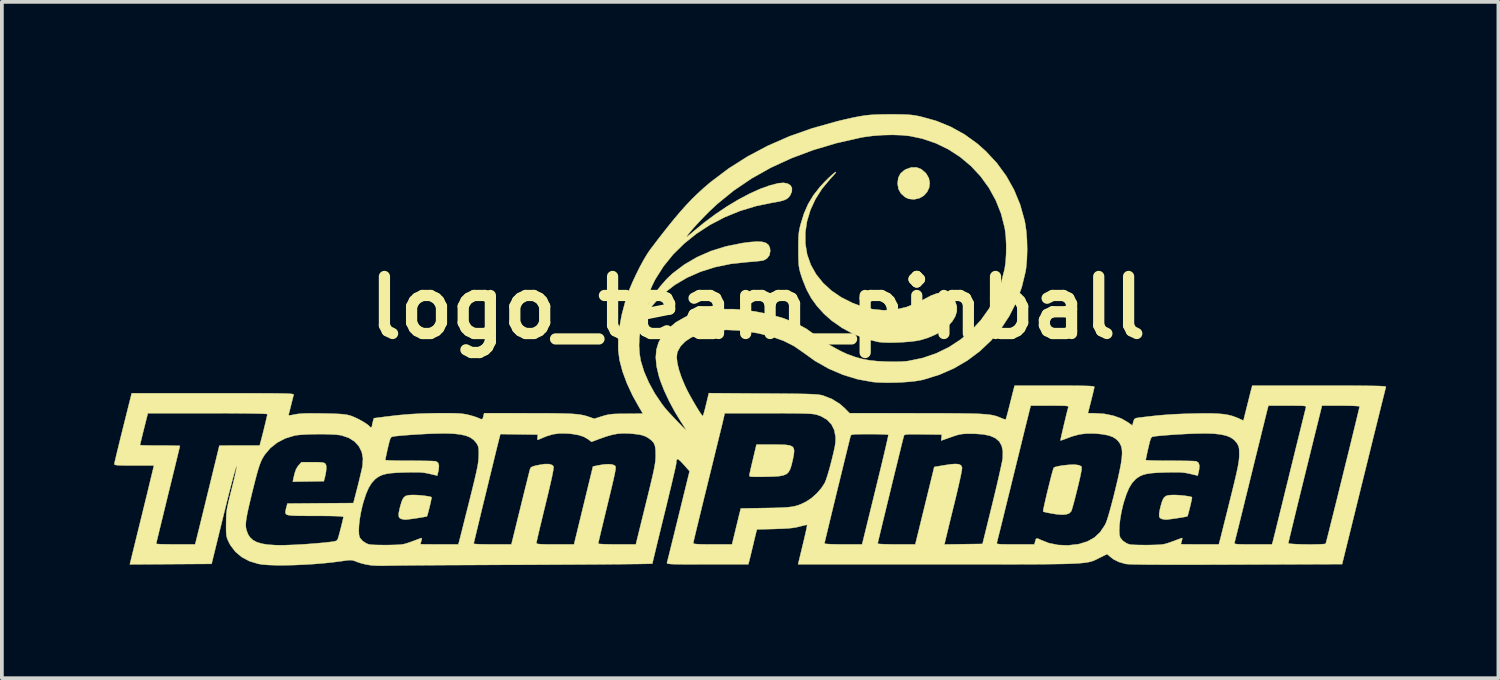
<source format=kicad_pcb>
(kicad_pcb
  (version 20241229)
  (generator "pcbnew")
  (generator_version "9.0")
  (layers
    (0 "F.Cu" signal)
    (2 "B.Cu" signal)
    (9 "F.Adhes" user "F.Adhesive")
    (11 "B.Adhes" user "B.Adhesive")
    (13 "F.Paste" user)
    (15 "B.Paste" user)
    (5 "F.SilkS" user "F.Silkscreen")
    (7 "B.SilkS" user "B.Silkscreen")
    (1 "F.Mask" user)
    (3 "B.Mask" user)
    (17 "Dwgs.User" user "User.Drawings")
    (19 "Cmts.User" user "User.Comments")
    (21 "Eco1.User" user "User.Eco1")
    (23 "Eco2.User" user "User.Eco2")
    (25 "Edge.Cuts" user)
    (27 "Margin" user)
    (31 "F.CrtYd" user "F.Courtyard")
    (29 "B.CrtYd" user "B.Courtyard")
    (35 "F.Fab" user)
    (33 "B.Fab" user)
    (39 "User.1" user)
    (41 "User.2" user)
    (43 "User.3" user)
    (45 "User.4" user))
  (footprint "logo_team_pinball"
    (layer "F.Cu")
    (at 17.201 5.172)
    (property "Reference" "logo_team_pinball" (at 0 0 0) (layer "F.SilkS") (effects (font (size 1.524 1.524) (thickness 0.3))))
    (attr exclude_from_pos_files exclude_from_bom)
    (fp_poly (pts (xy -11.748 4.129) (xy -11.65 4.134) (xy -11.587 4.148) (xy -11.552 4.174) (xy -11.536 4.216) (xy -11.533 4.276) (xy -11.532 4.293) (xy -11.539 4.372) (xy -11.556 4.468) (xy -11.565 4.508) (xy -11.598 4.636) (xy -12.427 4.649) (xy -12.411 4.568) (xy -12.378 4.427) (xy -12.343 4.324) (xy -12.299 4.247) (xy -12.269 4.209) (xy -12.196 4.128) (xy -11.888 4.128) (xy -11.748 4.129)) (stroke (width 0.01) (type solid)) (fill yes) (layer "F.SilkS"))
    (fp_poly (pts (xy 4.243 -3.749) (xy 4.371 -3.698) (xy 4.485 -3.599) (xy 4.5 -3.581) (xy 4.569 -3.46) (xy 4.592 -3.333) (xy 4.576 -3.208) (xy 4.523 -3.094) (xy 4.439 -2.999) (xy 4.326 -2.93) (xy 4.191 -2.897) (xy 4.148 -2.896) (xy 4.029 -2.909) (xy 3.935 -2.953) (xy 3.824 -3.051) (xy 3.758 -3.168) (xy 3.734 -3.31) (xy 3.734 -3.327) (xy 3.752 -3.471) (xy 3.81 -3.585) (xy 3.911 -3.673) (xy 3.962 -3.702) (xy 4.105 -3.75) (xy 4.243 -3.749)) (stroke (width 0.01) (type solid)) (fill yes) (layer "F.SilkS"))
    (fp_poly (pts (xy 0.599 3.659) (xy 0.745 3.665) (xy 0.85 3.68) (xy 0.919 3.709) (xy 0.957 3.756) (xy 0.969 3.825) (xy 0.96 3.92) (xy 0.936 4.045) (xy 0.924 4.097) (xy 0.893 4.224) (xy 0.86 4.322) (xy 0.819 4.395) (xy 0.762 4.446) (xy 0.682 4.479) (xy 0.574 4.5) (xy 0.429 4.511) (xy 0.241 4.516) (xy 0.21 4.517) (xy 0.046 4.519) (xy -0.074 4.519) (xy -0.155 4.516) (xy -0.203 4.51) (xy -0.225 4.5) (xy -0.229 4.492) (xy -0.223 4.456) (xy -0.208 4.381) (xy -0.184 4.274) (xy -0.154 4.146) (xy -0.133 4.058) (xy -0.038 3.658) (xy 0.407 3.658) (xy 0.599 3.659)) (stroke (width 0.01) (type solid)) (fill yes) (layer "F.SilkS"))
    (fp_poly (pts (xy -9.112 5.007) (xy -9.002 5.015) (xy -8.895 5.027) (xy -8.803 5.041) (xy -8.74 5.055) (xy -8.72 5.064) (xy -8.722 5.09) (xy -8.734 5.153) (xy -8.753 5.239) (xy -8.776 5.336) (xy -8.8 5.43) (xy -8.821 5.51) (xy -8.837 5.561) (xy -8.843 5.574) (xy -8.873 5.582) (xy -8.94 5.595) (xy -9.033 5.611) (xy -9.138 5.627) (xy -9.243 5.642) (xy -9.335 5.654) (xy -9.402 5.662) (xy -9.425 5.663) (xy -9.5 5.651) (xy -9.544 5.638) (xy -9.581 5.612) (xy -9.598 5.567) (xy -9.597 5.494) (xy -9.576 5.387) (xy -9.549 5.283) (xy -9.511 5.16) (xy -9.47 5.08) (xy -9.415 5.032) (xy -9.336 5.01) (xy -9.223 5.004) (xy -9.211 5.004) (xy -9.112 5.007)) (stroke (width 0.01) (type solid)) (fill yes) (layer "F.SilkS"))
    (fp_poly (pts (xy 11.208 5.007) (xy 11.318 5.015) (xy 11.425 5.027) (xy 11.517 5.041) (xy 11.58 5.055) (xy 11.6 5.064) (xy 11.598 5.09) (xy 11.586 5.153) (xy 11.567 5.239) (xy 11.544 5.336) (xy 11.52 5.43) (xy 11.499 5.51) (xy 11.483 5.561) (xy 11.477 5.574) (xy 11.447 5.582) (xy 11.38 5.595) (xy 11.287 5.611) (xy 11.182 5.627) (xy 11.077 5.642) (xy 10.985 5.654) (xy 10.918 5.662) (xy 10.895 5.663) (xy 10.82 5.651) (xy 10.776 5.638) (xy 10.74 5.613) (xy 10.723 5.57) (xy 10.723 5.501) (xy 10.741 5.398) (xy 10.769 5.283) (xy 10.806 5.16) (xy 10.847 5.08) (xy 10.902 5.032) (xy 10.983 5.01) (xy 11.099 5.004) (xy 11.109 5.004) (xy 11.208 5.007)) (stroke (width 0.01) (type solid)) (fill yes) (layer "F.SilkS"))
    (fp_poly (pts (xy 8.481 4.195) (xy 8.581 4.209) (xy 8.637 4.237) (xy 8.645 4.246) (xy 8.651 4.274) (xy 8.648 4.328) (xy 8.634 4.411) (xy 8.61 4.53) (xy 8.573 4.689) (xy 8.536 4.843) (xy 8.495 5.006) (xy 8.457 5.154) (xy 8.423 5.279) (xy 8.396 5.374) (xy 8.377 5.43) (xy 8.372 5.441) (xy 8.321 5.493) (xy 8.242 5.522) (xy 8.13 5.531) (xy 7.98 5.519) (xy 7.837 5.496) (xy 7.742 5.478) (xy 7.667 5.461) (xy 7.626 5.449) (xy 7.623 5.447) (xy 7.624 5.419) (xy 7.637 5.351) (xy 7.658 5.251) (xy 7.687 5.126) (xy 7.719 4.986) (xy 7.755 4.839) (xy 7.791 4.693) (xy 7.825 4.557) (xy 7.856 4.439) (xy 7.882 4.347) (xy 7.9 4.29) (xy 7.906 4.276) (xy 7.942 4.257) (xy 8.017 4.238) (xy 8.117 4.22) (xy 8.231 4.206) (xy 8.345 4.196) (xy 8.446 4.194) (xy 8.481 4.195)) (stroke (width 0.01) (type solid)) (fill yes) (layer "F.SilkS"))
    (fp_poly (pts (xy 2.086 -3.622) (xy 2.063 -3.586) (xy 2.006 -3.52) (xy 1.931 -3.439) (xy 1.714 -3.179) (xy 1.538 -2.902) (xy 1.404 -2.612) (xy 1.314 -2.315) (xy 1.268 -2.013) (xy 1.269 -1.714) (xy 1.317 -1.422) (xy 1.319 -1.415) (xy 1.415 -1.144) (xy 1.556 -0.893) (xy 1.74 -0.663) (xy 1.963 -0.458) (xy 2.225 -0.279) (xy 2.521 -0.129) (xy 2.745 -0.044) (xy 3.058 0.038) (xy 3.364 0.07) (xy 3.665 0.053) (xy 3.964 -0.015) (xy 4.263 -0.132) (xy 4.446 -0.228) (xy 4.627 -0.323) (xy 4.78 -0.381) (xy 4.909 -0.403) (xy 5.02 -0.388) (xy 5.119 -0.338) (xy 5.184 -0.283) (xy 5.274 -0.163) (xy 5.317 -0.035) (xy 5.316 0.098) (xy 5.274 0.233) (xy 5.193 0.367) (xy 5.076 0.494) (xy 4.927 0.612) (xy 4.747 0.717) (xy 4.539 0.806) (xy 4.343 0.865) (xy 4.22 0.888) (xy 4.062 0.907) (xy 3.883 0.921) (xy 3.697 0.93) (xy 3.518 0.933) (xy 3.358 0.929) (xy 3.232 0.917) (xy 3.21 0.914) (xy 2.882 0.831) (xy 2.559 0.705) (xy 2.251 0.54) (xy 1.969 0.343) (xy 1.767 0.163) (xy 1.578 -0.045) (xy 1.425 -0.258) (xy 1.299 -0.491) (xy 1.193 -0.755) (xy 1.15 -0.885) (xy 1.125 -0.97) (xy 1.107 -1.046) (xy 1.095 -1.122) (xy 1.088 -1.211) (xy 1.084 -1.324) (xy 1.082 -1.471) (xy 1.082 -1.549) (xy 1.082 -1.721) (xy 1.085 -1.854) (xy 1.091 -1.959) (xy 1.102 -2.049) (xy 1.119 -2.134) (xy 1.14 -2.219) (xy 1.231 -2.513) (xy 1.343 -2.771) (xy 1.485 -3.006) (xy 1.663 -3.232) (xy 1.794 -3.372) (xy 1.899 -3.475) (xy 1.983 -3.552) (xy 2.044 -3.604) (xy 2.079 -3.627) (xy 2.086 -3.622)) (stroke (width 0.01) (type solid)) (fill yes) (layer "F.SilkS"))
    (fp_poly (pts (xy 3.543 -5.167) (xy 3.735 -5.166) (xy 3.886 -5.163) (xy 4.008 -5.158) (xy 4.111 -5.149) (xy 4.205 -5.136) (xy 4.302 -5.118) (xy 4.342 -5.109) (xy 4.76 -4.994) (xy 5.153 -4.834) (xy 5.521 -4.63) (xy 5.865 -4.382) (xy 6.093 -4.179) (xy 6.388 -3.861) (xy 6.639 -3.517) (xy 6.845 -3.149) (xy 7.007 -2.757) (xy 7.123 -2.344) (xy 7.139 -2.268) (xy 7.171 -2.051) (xy 7.19 -1.805) (xy 7.196 -1.546) (xy 7.188 -1.292) (xy 7.167 -1.062) (xy 7.152 -0.967) (xy 7.051 -0.548) (xy 6.906 -0.151) (xy 6.719 0.221) (xy 6.493 0.565) (xy 6.229 0.88) (xy 5.93 1.162) (xy 5.599 1.41) (xy 5.239 1.62) (xy 4.851 1.79) (xy 4.438 1.918) (xy 4.372 1.934) (xy 4.228 1.959) (xy 4.046 1.979) (xy 3.842 1.994) (xy 3.627 2.002) (xy 3.415 2.003) (xy 3.221 1.997) (xy 3.07 1.985) (xy 2.67 1.913) (xy 2.276 1.793) (xy 1.893 1.629) (xy 1.529 1.423) (xy 1.21 1.194) (xy 0.967 1.026) (xy 0.688 0.885) (xy 0.37 0.772) (xy 0.013 0.684) (xy -0.386 0.622) (xy -0.544 0.606) (xy -0.834 0.593) (xy -1.106 0.606) (xy -1.357 0.646) (xy -1.582 0.709) (xy -1.778 0.794) (xy -1.939 0.899) (xy -2.062 1.024) (xy -2.142 1.166) (xy -2.157 1.211) (xy -2.169 1.326) (xy -2.153 1.476) (xy -2.111 1.653) (xy -2.046 1.851) (xy -1.957 2.064) (xy -1.894 2.198) (xy -1.837 2.307) (xy -1.771 2.426) (xy -1.701 2.547) (xy -1.633 2.662) (xy -1.571 2.762) (xy -1.52 2.839) (xy -1.484 2.886) (xy -1.472 2.896) (xy -1.461 2.872) (xy -1.441 2.809) (xy -1.415 2.715) (xy -1.387 2.6) (xy -1.384 2.589) (xy -1.31 2.283) (xy 0.139 2.293) (xy 0.451 2.295) (xy 0.717 2.297) (xy 0.941 2.299) (xy 1.127 2.302) (xy 1.279 2.305) (xy 1.401 2.309) (xy 1.499 2.314) (xy 1.575 2.319) (xy 1.635 2.326) (xy 1.683 2.333) (xy 1.722 2.342) (xy 1.74 2.347) (xy 1.981 2.441) (xy 2.191 2.572) (xy 2.317 2.683) (xy 2.451 2.819) (xy 4.216 2.82) (xy 4.584 2.821) (xy 4.905 2.821) (xy 5.183 2.823) (xy 5.421 2.825) (xy 5.624 2.828) (xy 5.795 2.832) (xy 5.938 2.838) (xy 6.057 2.846) (xy 6.155 2.855) (xy 6.237 2.866) (xy 6.305 2.88) (xy 6.365 2.896) (xy 6.42 2.915) (xy 6.473 2.936) (xy 6.49 2.944) (xy 6.56 2.972) (xy 6.61 2.987) (xy 6.623 2.987) (xy 6.633 2.959) (xy 6.652 2.892) (xy 6.679 2.793) (xy 6.71 2.672) (xy 6.722 2.624) (xy 6.756 2.489) (xy 6.788 2.363) (xy 6.814 2.259) (xy 6.832 2.189) (xy 6.835 2.178) (xy 6.86 2.083) (xy 7.926 2.083) (xy 8.197 2.083) (xy 8.422 2.084) (xy 8.603 2.086) (xy 8.745 2.089) (xy 8.85 2.092) (xy 8.924 2.097) (xy 8.969 2.103) (xy 8.989 2.111) (xy 8.991 2.115) (xy 8.985 2.15) (xy 8.968 2.224) (xy 8.944 2.328) (xy 8.913 2.45) (xy 8.905 2.483) (xy 8.819 2.819) (xy 8.988 2.82) (xy 9.253 2.836) (xy 9.497 2.885) (xy 9.713 2.962) (xy 9.881 3.059) (xy 10.006 3.148) (xy 10.032 3.051) (xy 10.05 2.996) (xy 10.073 2.965) (xy 10.118 2.948) (xy 10.197 2.936) (xy 10.204 2.935) (xy 10.474 2.903) (xy 10.709 2.878) (xy 10.928 2.86) (xy 11.147 2.846) (xy 11.382 2.836) (xy 11.633 2.829) (xy 11.891 2.824) (xy 12.106 2.824) (xy 12.284 2.831) (xy 12.434 2.844) (xy 12.561 2.864) (xy 12.673 2.892) (xy 12.777 2.929) (xy 12.839 2.955) (xy 12.974 3.017) (xy 13.067 2.645) (xy 13.102 2.506) (xy 13.134 2.377) (xy 13.161 2.27) (xy 13.18 2.195) (xy 13.185 2.178) (xy 13.21 2.083) (xy 15.002 2.083) (xy 15.36 2.083) (xy 15.669 2.083) (xy 15.934 2.084) (xy 16.156 2.086) (xy 16.339 2.088) (xy 16.487 2.09) (xy 16.601 2.093) (xy 16.684 2.097) (xy 16.741 2.102) (xy 16.773 2.107) (xy 16.783 2.113) (xy 16.783 2.115) (xy 16.775 2.143) (xy 16.756 2.218) (xy 16.727 2.335) (xy 16.688 2.491) (xy 16.64 2.683) (xy 16.585 2.906) (xy 16.522 3.159) (xy 16.453 3.436) (xy 16.379 3.736) (xy 16.301 4.054) (xy 16.219 4.386) (xy 16.191 4.499) (xy 15.611 6.852) (xy 12.778 6.863) (xy 12.299 6.865) (xy 11.869 6.866) (xy 11.486 6.866) (xy 11.148 6.867) (xy 10.853 6.866) (xy 10.599 6.865) (xy 10.384 6.864) (xy 10.207 6.861) (xy 10.064 6.859) (xy 9.955 6.855) (xy 9.878 6.851) (xy 9.829 6.847) (xy 9.817 6.844) (xy 9.646 6.794) (xy 9.51 6.727) (xy 9.421 6.66) (xy 9.333 6.583) (xy 9.13 6.683) (xy 9.084 6.706) (xy 9.042 6.727) (xy 9.002 6.746) (xy 8.961 6.763) (xy 8.916 6.778) (xy 8.865 6.792) (xy 8.806 6.804) (xy 8.736 6.814) (xy 8.652 6.823) (xy 8.552 6.831) (xy 8.433 6.837) (xy 8.294 6.843) (xy 8.13 6.847) (xy 7.94 6.85) (xy 7.722 6.853) (xy 7.472 6.855) (xy 7.188 6.856) (xy 6.868 6.857) (xy 6.509 6.858) (xy 6.109 6.858) (xy 5.665 6.858) (xy 5.174 6.858) (xy 4.802 6.858) (xy 1.074 6.858) (xy 1.2 6.336) (xy 1.208 6.303) (xy 1.778 6.303) (xy 1.802 6.309) (xy 1.869 6.315) (xy 1.972 6.32) (xy 2.103 6.323) (xy 2.254 6.325) (xy 2.281 6.325) (xy 2.784 6.325) (xy 2.79 6.303) (xy 3.2 6.303) (xy 3.225 6.31) (xy 3.292 6.316) (xy 3.395 6.32) (xy 3.525 6.323) (xy 3.676 6.325) (xy 3.703 6.325) (xy 4.206 6.325) (xy 4.46 5.29) (xy 4.713 4.255) (xy 4.992 4.208) (xy 5.159 4.183) (xy 5.283 4.175) (xy 5.37 4.183) (xy 5.424 4.209) (xy 5.451 4.254) (xy 5.456 4.28) (xy 5.452 4.323) (xy 5.437 4.409) (xy 5.412 4.531) (xy 5.379 4.68) (xy 5.34 4.852) (xy 5.296 5.039) (xy 5.283 5.093) (xy 5.234 5.293) (xy 5.185 5.491) (xy 5.14 5.676) (xy 5.1 5.841) (xy 5.068 5.975) (xy 5.045 6.07) (xy 5.043 6.077) (xy 4.984 6.326) (xy 5.493 6.319) (xy 6.003 6.312) (xy 6.007 6.295) (xy 6.384 6.295) (xy 6.394 6.307) (xy 6.423 6.314) (xy 6.476 6.32) (xy 6.559 6.323) (xy 6.68 6.324) (xy 6.844 6.325) (xy 6.881 6.325) (xy 7.39 6.325) (xy 7.407 6.255) (xy 7.426 6.19) (xy 7.449 6.165) (xy 7.492 6.173) (xy 7.552 6.202) (xy 7.774 6.29) (xy 8.021 6.34) (xy 8.282 6.351) (xy 8.548 6.321) (xy 8.589 6.313) (xy 8.809 6.245) (xy 8.995 6.14) (xy 9.148 5.996) (xy 9.175 5.955) (xy 9.656 5.955) (xy 9.662 6.069) (xy 9.682 6.143) (xy 9.682 6.144) (xy 9.755 6.231) (xy 9.859 6.299) (xy 9.935 6.326) (xy 9.989 6.333) (xy 10.084 6.338) (xy 10.207 6.341) (xy 10.348 6.342) (xy 10.427 6.342) (xy 10.583 6.339) (xy 10.699 6.335) (xy 10.789 6.328) (xy 10.863 6.316) (xy 10.933 6.297) (xy 11.011 6.271) (xy 11.049 6.258) (xy 11.151 6.22) (xy 11.237 6.188) (xy 11.296 6.166) (xy 11.308 6.161) (xy 11.336 6.154) (xy 11.34 6.175) (xy 11.327 6.227) (xy 11.311 6.285) (xy 11.303 6.317) (xy 11.303 6.318) (xy 11.327 6.32) (xy 11.394 6.322) (xy 11.497 6.323) (xy 11.628 6.324) (xy 11.779 6.325) (xy 11.81 6.325) (xy 12.317 6.325) (xy 12.325 6.295) (xy 12.734 6.295) (xy 12.745 6.307) (xy 12.773 6.314) (xy 12.826 6.32) (xy 12.909 6.323) (xy 13.03 6.324) (xy 13.194 6.325) (xy 13.231 6.325) (xy 13.739 6.325) (xy 13.747 6.295) (xy 14.173 6.295) (xy 14.197 6.304) (xy 14.262 6.311) (xy 14.36 6.317) (xy 14.48 6.322) (xy 14.613 6.325) (xy 14.751 6.326) (xy 14.883 6.325) (xy 15.001 6.322) (xy 15.095 6.318) (xy 15.156 6.311) (xy 15.174 6.304) (xy 15.181 6.277) (xy 15.2 6.205) (xy 15.229 6.093) (xy 15.266 5.946) (xy 15.31 5.769) (xy 15.361 5.566) (xy 15.417 5.342) (xy 15.477 5.101) (xy 15.539 4.849) (xy 15.603 4.59) (xy 15.667 4.329) (xy 15.731 4.07) (xy 15.793 3.819) (xy 15.852 3.58) (xy 15.906 3.357) (xy 15.955 3.156) (xy 15.997 2.982) (xy 16.032 2.838) (xy 16.058 2.729) (xy 16.074 2.661) (xy 16.078 2.638) (xy 16.054 2.632) (xy 15.987 2.626) (xy 15.884 2.621) (xy 15.753 2.618) (xy 15.602 2.616) (xy 15.575 2.616) (xy 15.073 2.616) (xy 14.623 4.44) (xy 14.55 4.736) (xy 14.481 5.018) (xy 14.416 5.282) (xy 14.357 5.524) (xy 14.305 5.74) (xy 14.26 5.926) (xy 14.223 6.079) (xy 14.196 6.194) (xy 14.179 6.267) (xy 14.173 6.295) (xy 13.747 6.295) (xy 13.765 6.229) (xy 13.775 6.189) (xy 13.796 6.104) (xy 13.828 5.978) (xy 13.868 5.815) (xy 13.916 5.62) (xy 13.971 5.397) (xy 14.032 5.15) (xy 14.097 4.883) (xy 14.167 4.602) (xy 14.211 4.42) (xy 14.282 4.132) (xy 14.349 3.859) (xy 14.412 3.603) (xy 14.47 3.37) (xy 14.521 3.162) (xy 14.565 2.985) (xy 14.6 2.842) (xy 14.626 2.738) (xy 14.642 2.676) (xy 14.646 2.661) (xy 14.647 2.646) (xy 14.637 2.634) (xy 14.608 2.626) (xy 14.555 2.621) (xy 14.472 2.618) (xy 14.351 2.617) (xy 14.187 2.616) (xy 14.15 2.616) (xy 13.642 2.616) (xy 13.617 2.711) (xy 13.606 2.752) (xy 13.585 2.837) (xy 13.554 2.963) (xy 13.514 3.126) (xy 13.465 3.321) (xy 13.411 3.544) (xy 13.35 3.791) (xy 13.284 4.057) (xy 13.215 4.339) (xy 13.17 4.521) (xy 13.1 4.809) (xy 13.032 5.082) (xy 12.97 5.338) (xy 12.912 5.571) (xy 12.861 5.779) (xy 12.817 5.956) (xy 12.781 6.098) (xy 12.755 6.203) (xy 12.74 6.265) (xy 12.736 6.28) (xy 12.734 6.295) (xy 12.325 6.295) (xy 12.343 6.227) (xy 12.355 6.182) (xy 12.378 6.093) (xy 12.409 5.966) (xy 12.449 5.808) (xy 12.495 5.624) (xy 12.546 5.421) (xy 12.6 5.204) (xy 12.615 5.142) (xy 12.679 4.885) (xy 12.731 4.672) (xy 12.772 4.497) (xy 12.804 4.355) (xy 12.828 4.239) (xy 12.844 4.145) (xy 12.855 4.068) (xy 12.861 4) (xy 12.863 3.938) (xy 12.863 3.935) (xy 12.862 3.824) (xy 12.856 3.748) (xy 12.84 3.691) (xy 12.812 3.638) (xy 12.797 3.614) (xy 12.727 3.533) (xy 12.635 3.468) (xy 12.516 3.419) (xy 12.366 3.386) (xy 12.18 3.365) (xy 11.953 3.358) (xy 11.681 3.363) (xy 11.659 3.364) (xy 11.461 3.372) (xy 11.263 3.383) (xy 11.072 3.395) (xy 10.897 3.408) (xy 10.747 3.421) (xy 10.631 3.433) (xy 10.564 3.444) (xy 10.535 3.452) (xy 10.513 3.472) (xy 10.494 3.51) (xy 10.473 3.576) (xy 10.448 3.679) (xy 10.43 3.754) (xy 10.404 3.871) (xy 10.383 3.97) (xy 10.368 4.04) (xy 10.363 4.07) (xy 10.387 4.075) (xy 10.456 4.08) (xy 10.562 4.084) (xy 10.698 4.087) (xy 10.859 4.089) (xy 11.022 4.089) (xy 11.201 4.09) (xy 11.365 4.092) (xy 11.507 4.094) (xy 11.618 4.097) (xy 11.692 4.101) (xy 11.721 4.105) (xy 11.776 4.147) (xy 11.798 4.22) (xy 11.789 4.329) (xy 11.784 4.353) (xy 11.754 4.487) (xy 11.548 4.438) (xy 11.462 4.42) (xy 11.379 4.407) (xy 11.288 4.399) (xy 11.177 4.397) (xy 11.036 4.398) (xy 10.897 4.401) (xy 10.691 4.408) (xy 10.528 4.42) (xy 10.4 4.438) (xy 10.297 4.464) (xy 10.213 4.5) (xy 10.138 4.547) (xy 10.09 4.585) (xy 10.002 4.681) (xy 9.922 4.81) (xy 9.849 4.978) (xy 9.78 5.189) (xy 9.751 5.296) (xy 9.711 5.473) (xy 9.681 5.648) (xy 9.662 5.812) (xy 9.656 5.955) (xy 9.175 5.955) (xy 9.27 5.813) (xy 9.298 5.758) (xy 9.325 5.688) (xy 9.361 5.575) (xy 9.404 5.426) (xy 9.452 5.249) (xy 9.504 5.05) (xy 9.55 4.864) (xy 9.615 4.592) (xy 9.665 4.364) (xy 9.702 4.175) (xy 9.724 4.019) (xy 9.733 3.892) (xy 9.728 3.789) (xy 9.709 3.704) (xy 9.677 3.632) (xy 9.632 3.569) (xy 9.582 3.518) (xy 9.488 3.456) (xy 9.355 3.409) (xy 9.18 3.378) (xy 9.004 3.362) (xy 8.792 3.36) (xy 8.597 3.384) (xy 8.4 3.437) (xy 8.252 3.492) (xy 8.171 3.523) (xy 8.111 3.543) (xy 8.086 3.548) (xy 8.089 3.522) (xy 8.103 3.457) (xy 8.124 3.362) (xy 8.151 3.246) (xy 8.181 3.118) (xy 8.212 2.989) (xy 8.241 2.868) (xy 8.267 2.764) (xy 8.288 2.687) (xy 8.296 2.661) (xy 8.297 2.646) (xy 8.287 2.634) (xy 8.258 2.626) (xy 8.205 2.621) (xy 8.122 2.618) (xy 8.001 2.617) (xy 7.837 2.616) (xy 7.8 2.616) (xy 7.292 2.616) (xy 7.266 2.711) (xy 7.256 2.752) (xy 7.235 2.837) (xy 7.204 2.963) (xy 7.163 3.126) (xy 7.115 3.321) (xy 7.06 3.544) (xy 7 3.791) (xy 6.934 4.057) (xy 6.865 4.339) (xy 6.82 4.521) (xy 6.75 4.809) (xy 6.682 5.082) (xy 6.619 5.338) (xy 6.562 5.571) (xy 6.511 5.779) (xy 6.467 5.956) (xy 6.431 6.098) (xy 6.405 6.203) (xy 6.39 6.265) (xy 6.386 6.28) (xy 6.384 6.295) (xy 6.007 6.295) (xy 6.265 5.245) (xy 6.321 5.014) (xy 6.374 4.792) (xy 6.422 4.585) (xy 6.464 4.401) (xy 6.498 4.244) (xy 6.524 4.121) (xy 6.539 4.038) (xy 6.543 4.013) (xy 6.546 3.837) (xy 6.516 3.691) (xy 6.451 3.575) (xy 6.348 3.486) (xy 6.206 3.423) (xy 6.022 3.384) (xy 5.794 3.368) (xy 5.728 3.367) (xy 5.593 3.367) (xy 5.492 3.372) (xy 5.407 3.383) (xy 5.322 3.404) (xy 5.219 3.438) (xy 5.161 3.458) (xy 4.899 3.55) (xy 4.907 3.471) (xy 4.915 3.391) (xy 4.415 3.384) (xy 4.243 3.382) (xy 4.115 3.382) (xy 4.025 3.383) (xy 3.965 3.388) (xy 3.929 3.395) (xy 3.91 3.406) (xy 3.902 3.422) (xy 3.902 3.422) (xy 3.892 3.459) (xy 3.872 3.539) (xy 3.842 3.656) (xy 3.806 3.806) (xy 3.762 3.983) (xy 3.714 4.181) (xy 3.661 4.395) (xy 3.606 4.62) (xy 3.55 4.851) (xy 3.494 5.082) (xy 3.439 5.308) (xy 3.387 5.524) (xy 3.338 5.724) (xy 3.295 5.903) (xy 3.259 6.055) (xy 3.23 6.175) (xy 3.21 6.259) (xy 3.201 6.3) (xy 3.2 6.303) (xy 2.79 6.303) (xy 3.141 4.87) (xy 3.205 4.607) (xy 3.266 4.358) (xy 3.321 4.129) (xy 3.37 3.923) (xy 3.412 3.744) (xy 3.445 3.598) (xy 3.47 3.489) (xy 3.484 3.42) (xy 3.487 3.397) (xy 3.46 3.391) (xy 3.389 3.386) (xy 3.284 3.382) (xy 3.152 3.379) (xy 3.001 3.378) (xy 2.985 3.378) (xy 2.814 3.379) (xy 2.687 3.38) (xy 2.598 3.383) (xy 2.539 3.389) (xy 2.504 3.397) (xy 2.486 3.409) (xy 2.479 3.423) (xy 2.469 3.459) (xy 2.449 3.539) (xy 2.42 3.656) (xy 2.383 3.806) (xy 2.34 3.982) (xy 2.291 4.18) (xy 2.239 4.395) (xy 2.184 4.62) (xy 2.127 4.851) (xy 2.071 5.082) (xy 2.016 5.308) (xy 1.964 5.523) (xy 1.916 5.723) (xy 1.873 5.902) (xy 1.836 6.054) (xy 1.807 6.175) (xy 1.788 6.258) (xy 1.779 6.3) (xy 1.778 6.303) (xy 1.208 6.303) (xy 1.237 6.181) (xy 1.269 6.043) (xy 1.294 5.93) (xy 1.31 5.849) (xy 1.317 5.808) (xy 1.316 5.804) (xy 1.289 5.805) (xy 1.226 5.819) (xy 1.138 5.841) (xy 1.117 5.846) (xy 1.03 5.867) (xy 0.935 5.883) (xy 0.82 5.895) (xy 0.678 5.904) (xy 0.496 5.91) (xy 0.451 5.912) (xy -0.025 5.924) (xy -0.05 6.017) (xy -0.065 6.079) (xy -0.089 6.177) (xy -0.117 6.294) (xy -0.139 6.388) (xy -0.169 6.512) (xy -0.196 6.627) (xy -0.219 6.718) (xy -0.23 6.763) (xy -0.256 6.858) (xy -1.349 6.858) (xy -1.613 6.858) (xy -1.831 6.857) (xy -2.007 6.857) (xy -2.145 6.855) (xy -2.25 6.853) (xy -2.326 6.849) (xy -2.378 6.844) (xy -2.409 6.838) (xy -2.425 6.831) (xy -2.43 6.821) (xy -2.428 6.814) (xy -2.42 6.781) (xy -2.4 6.703) (xy -2.371 6.587) (xy -2.334 6.436) (xy -2.298 6.292) (xy -1.727 6.292) (xy -1.727 6.292) (xy -1.717 6.303) (xy -1.683 6.312) (xy -1.619 6.318) (xy -1.52 6.322) (xy -1.381 6.324) (xy -1.209 6.325) (xy -0.691 6.325) (xy -0.597 5.937) (xy -0.563 5.796) (xy -0.531 5.665) (xy -0.505 5.555) (xy -0.486 5.479) (xy -0.48 5.457) (xy -0.457 5.364) (xy 0.21 5.353) (xy 0.434 5.349) (xy 0.616 5.343) (xy 0.762 5.335) (xy 0.88 5.323) (xy 0.978 5.306) (xy 1.064 5.283) (xy 1.145 5.252) (xy 1.229 5.213) (xy 1.301 5.176) (xy 1.436 5.086) (xy 1.572 4.964) (xy 1.693 4.826) (xy 1.784 4.688) (xy 1.788 4.679) (xy 1.816 4.612) (xy 1.852 4.505) (xy 1.893 4.371) (xy 1.935 4.22) (xy 1.97 4.084) (xy 2.013 3.909) (xy 2.044 3.773) (xy 2.064 3.668) (xy 2.074 3.584) (xy 2.077 3.51) (xy 2.075 3.448) (xy 2.041 3.268) (xy 1.965 3.116) (xy 1.848 2.993) (xy 1.69 2.901) (xy 1.573 2.859) (xy 1.532 2.85) (xy 1.481 2.842) (xy 1.414 2.835) (xy 1.328 2.83) (xy 1.217 2.826) (xy 1.076 2.823) (xy 0.902 2.821) (xy 0.689 2.82) (xy 0.432 2.819) (xy 0.273 2.819) (xy -0.885 2.819) (xy -0.939 3.051) (xy -0.955 3.118) (xy -0.982 3.23) (xy -1.019 3.38) (xy -1.064 3.563) (xy -1.116 3.776) (xy -1.174 4.012) (xy -1.236 4.266) (xy -1.302 4.533) (xy -1.36 4.771) (xy -1.426 5.038) (xy -1.488 5.291) (xy -1.545 5.525) (xy -1.596 5.736) (xy -1.641 5.919) (xy -1.677 6.071) (xy -1.704 6.186) (xy -1.721 6.261) (xy -1.727 6.292) (xy -2.298 6.292) (xy -2.289 6.255) (xy -2.238 6.05) (xy -2.183 5.825) (xy -2.124 5.586) (xy -2.12 5.569) (xy -1.825 4.369) (xy -1.984 4.189) (xy -2.066 4.102) (xy -2.121 4.054) (xy -2.155 4.045) (xy -2.174 4.075) (xy -2.182 4.143) (xy -2.183 4.167) (xy -2.189 4.203) (xy -2.206 4.284) (xy -2.234 4.405) (xy -2.27 4.56) (xy -2.313 4.745) (xy -2.364 4.955) (xy -2.419 5.185) (xy -2.479 5.431) (xy -2.502 5.525) (xy -2.563 5.773) (xy -2.62 6.006) (xy -2.672 6.22) (xy -2.718 6.41) (xy -2.756 6.57) (xy -2.787 6.697) (xy -2.808 6.786) (xy -2.818 6.832) (xy -2.819 6.838) (xy -2.844 6.84) (xy -2.917 6.843) (xy -3.035 6.845) (xy -3.194 6.848) (xy -3.393 6.85) (xy -3.628 6.853) (xy -3.896 6.855) (xy -4.195 6.858) (xy -4.52 6.86) (xy -4.87 6.862) (xy -5.242 6.864) (xy -5.632 6.866) (xy -6.037 6.868) (xy -6.229 6.869) (xy -6.646 6.87) (xy -7.053 6.872) (xy -7.445 6.874) (xy -7.82 6.876) (xy -8.174 6.877) (xy -8.504 6.879) (xy -8.808 6.881) (xy -9.081 6.883) (xy -9.32 6.885) (xy -9.523 6.887) (xy -9.686 6.889) (xy -9.806 6.89) (xy -9.879 6.892) (xy -9.893 6.892) (xy -10.031 6.895) (xy -10.177 6.893) (xy -10.306 6.886) (xy -10.343 6.882) (xy -10.467 6.862) (xy -10.598 6.83) (xy -10.698 6.797) (xy -10.774 6.767) (xy -10.833 6.75) (xy -10.889 6.745) (xy -10.96 6.749) (xy -11.061 6.763) (xy -11.1 6.769) (xy -11.336 6.8) (xy -11.59 6.827) (xy -11.855 6.849) (xy -12.124 6.865) (xy -12.387 6.877) (xy -12.638 6.882) (xy -12.869 6.882) (xy -13.072 6.875) (xy -13.239 6.862) (xy -13.348 6.845) (xy -13.585 6.773) (xy -13.79 6.664) (xy -13.962 6.52) (xy -14.096 6.343) (xy -14.143 6.254) (xy -14.171 6.191) (xy -14.19 6.135) (xy -14.202 6.074) (xy -14.208 5.996) (xy -14.21 5.889) (xy -14.209 5.778) (xy -13.684 5.778) (xy -13.683 5.844) (xy -13.675 5.901) (xy -13.665 5.943) (xy -13.626 6.05) (xy -13.57 6.138) (xy -13.491 6.21) (xy -13.388 6.265) (xy -13.255 6.305) (xy -13.089 6.332) (xy -12.887 6.345) (xy -12.645 6.346) (xy -12.358 6.335) (xy -12.179 6.325) (xy -12.015 6.314) (xy -11.84 6.3) (xy -11.675 6.286) (xy -11.538 6.273) (xy -11.523 6.271) (xy -11.402 6.257) (xy -11.321 6.245) (xy -11.271 6.231) (xy -11.244 6.213) (xy -11.228 6.188) (xy -11.225 6.18) (xy -11.208 6.129) (xy -11.185 6.046) (xy -11.161 5.955) (xy -10.664 5.955) (xy -10.658 6.069) (xy -10.638 6.143) (xy -10.638 6.144) (xy -10.565 6.231) (xy -10.461 6.299) (xy -10.385 6.326) (xy -10.331 6.333) (xy -10.236 6.338) (xy -10.113 6.341) (xy -9.972 6.342) (xy -9.893 6.342) (xy -9.737 6.339) (xy -9.621 6.335) (xy -9.531 6.328) (xy -9.457 6.316) (xy -9.387 6.297) (xy -9.309 6.271) (xy -9.271 6.258) (xy -9.169 6.22) (xy -9.083 6.188) (xy -9.024 6.166) (xy -9.012 6.161) (xy -8.984 6.154) (xy -8.98 6.175) (xy -8.993 6.227) (xy -9.009 6.285) (xy -9.017 6.317) (xy -9.017 6.318) (xy -8.993 6.32) (xy -8.926 6.322) (xy -8.823 6.323) (xy -8.692 6.324) (xy -8.541 6.325) (xy -8.51 6.325) (xy -8.003 6.325) (xy -7.998 6.306) (xy -7.595 6.306) (xy -7.57 6.312) (xy -7.503 6.317) (xy -7.4 6.321) (xy -7.27 6.323) (xy -7.119 6.325) (xy -7.09 6.325) (xy -6.586 6.325) (xy -6.351 5.369) (xy -6.298 5.153) (xy -6.248 4.95) (xy -6.202 4.766) (xy -6.162 4.606) (xy -6.13 4.477) (xy -6.107 4.385) (xy -6.094 4.335) (xy -6.093 4.331) (xy -6.079 4.29) (xy -6.056 4.262) (xy -6.015 4.242) (xy -5.943 4.222) (xy -5.865 4.205) (xy -5.702 4.178) (xy -5.578 4.178) (xy -5.495 4.205) (xy -5.462 4.239) (xy -5.459 4.266) (xy -5.465 4.323) (xy -5.481 4.413) (xy -5.506 4.538) (xy -5.543 4.701) (xy -5.591 4.907) (xy -5.651 5.157) (xy -5.678 5.268) (xy -5.731 5.484) (xy -5.779 5.686) (xy -5.823 5.868) (xy -5.86 6.024) (xy -5.889 6.149) (xy -5.908 6.237) (xy -5.918 6.283) (xy -5.918 6.288) (xy -5.911 6.301) (xy -5.886 6.31) (xy -5.837 6.317) (xy -5.757 6.321) (xy -5.641 6.324) (xy -5.483 6.325) (xy -5.415 6.325) (xy -4.913 6.325) (xy -4.407 4.243) (xy -4.267 4.213) (xy -4.117 4.188) (xy -3.987 4.181) (xy -3.886 4.191) (xy -3.822 4.219) (xy -3.819 4.221) (xy -3.809 4.235) (xy -3.803 4.253) (xy -3.801 4.283) (xy -3.805 4.327) (xy -3.816 4.391) (xy -3.834 4.479) (xy -3.86 4.597) (xy -3.895 4.747) (xy -3.94 4.936) (xy -3.996 5.168) (xy -4.022 5.276) (xy -4.075 5.494) (xy -4.124 5.698) (xy -4.168 5.881) (xy -4.206 6.038) (xy -4.235 6.163) (xy -4.256 6.252) (xy -4.267 6.299) (xy -4.268 6.306) (xy -4.243 6.311) (xy -4.176 6.316) (xy -4.073 6.321) (xy -3.942 6.323) (xy -3.791 6.325) (xy -3.764 6.325) (xy -3.261 6.325) (xy -2.997 5.251) (xy -2.932 4.989) (xy -2.879 4.77) (xy -2.836 4.59) (xy -2.802 4.443) (xy -2.777 4.324) (xy -2.758 4.226) (xy -2.745 4.146) (xy -2.737 4.077) (xy -2.733 4.014) (xy -2.731 3.952) (xy -2.731 3.933) (xy -2.735 3.792) (xy -2.75 3.69) (xy -2.782 3.614) (xy -2.837 3.55) (xy -2.919 3.487) (xy -2.92 3.486) (xy -2.999 3.441) (xy -3.088 3.408) (xy -3.199 3.385) (xy -3.344 3.369) (xy -3.429 3.362) (xy -3.591 3.357) (xy -3.738 3.366) (xy -3.885 3.393) (xy -4.047 3.439) (xy -4.21 3.496) (xy -4.445 3.584) (xy -4.533 3.517) (xy -4.645 3.451) (xy -4.787 3.404) (xy -4.966 3.373) (xy -5.095 3.361) (xy -5.296 3.358) (xy -5.474 3.382) (xy -5.65 3.435) (xy -5.737 3.471) (xy -5.812 3.503) (xy -5.866 3.525) (xy -5.885 3.531) (xy -5.891 3.509) (xy -5.888 3.461) (xy -5.88 3.391) (xy -6.381 3.384) (xy -6.881 3.377) (xy -6.906 3.473) (xy -6.921 3.533) (xy -6.946 3.633) (xy -6.98 3.768) (xy -7.02 3.932) (xy -7.066 4.12) (xy -7.116 4.327) (xy -7.17 4.547) (xy -7.225 4.774) (xy -7.281 5.004) (xy -7.337 5.232) (xy -7.39 5.451) (xy -7.439 5.656) (xy -7.484 5.843) (xy -7.523 6.005) (xy -7.555 6.138) (xy -7.578 6.235) (xy -7.592 6.293) (xy -7.595 6.306) (xy -7.998 6.306) (xy -7.977 6.229) (xy -7.966 6.184) (xy -7.943 6.095) (xy -7.911 5.969) (xy -7.872 5.812) (xy -7.826 5.628) (xy -7.775 5.426) (xy -7.72 5.209) (xy -7.707 5.156) (xy -7.644 4.902) (xy -7.592 4.691) (xy -7.551 4.518) (xy -7.519 4.377) (xy -7.495 4.263) (xy -7.479 4.17) (xy -7.468 4.091) (xy -7.462 4.022) (xy -7.459 3.957) (xy -7.459 3.948) (xy -7.458 3.835) (xy -7.463 3.757) (xy -7.476 3.701) (xy -7.5 3.65) (xy -7.523 3.614) (xy -7.593 3.533) (xy -7.684 3.468) (xy -7.803 3.419) (xy -7.954 3.386) (xy -8.14 3.365) (xy -8.367 3.358) (xy -8.638 3.363) (xy -8.661 3.364) (xy -8.859 3.372) (xy -9.057 3.383) (xy -9.248 3.395) (xy -9.423 3.408) (xy -9.573 3.421) (xy -9.689 3.433) (xy -9.756 3.444) (xy -9.785 3.452) (xy -9.807 3.472) (xy -9.826 3.51) (xy -9.847 3.576) (xy -9.872 3.679) (xy -9.89 3.754) (xy -9.916 3.871) (xy -9.937 3.97) (xy -9.952 4.04) (xy -9.957 4.07) (xy -9.933 4.075) (xy -9.864 4.08) (xy -9.758 4.084) (xy -9.622 4.087) (xy -9.461 4.089) (xy -9.298 4.089) (xy -9.119 4.09) (xy -8.955 4.092) (xy -8.813 4.094) (xy -8.702 4.097) (xy -8.628 4.101) (xy -8.599 4.105) (xy -8.544 4.147) (xy -8.522 4.22) (xy -8.531 4.329) (xy -8.536 4.353) (xy -8.566 4.487) (xy -8.772 4.438) (xy -8.858 4.42) (xy -8.941 4.407) (xy -9.032 4.399) (xy -9.143 4.397) (xy -9.284 4.398) (xy -9.423 4.401) (xy -9.629 4.408) (xy -9.792 4.42) (xy -9.92 4.438) (xy -10.023 4.464) (xy -10.107 4.5) (xy -10.182 4.547) (xy -10.23 4.585) (xy -10.318 4.681) (xy -10.398 4.81) (xy -10.471 4.978) (xy -10.54 5.189) (xy -10.569 5.296) (xy -10.609 5.473) (xy -10.639 5.648) (xy -10.658 5.812) (xy -10.664 5.955) (xy -11.161 5.955) (xy -11.158 5.943) (xy -11.13 5.835) (xy -11.105 5.732) (xy -11.085 5.649) (xy -11.075 5.598) (xy -11.074 5.59) (xy -11.096 5.581) (xy -11.161 5.574) (xy -11.272 5.569) (xy -11.43 5.565) (xy -11.636 5.563) (xy -11.819 5.563) (xy -12.042 5.562) (xy -12.22 5.561) (xy -12.358 5.558) (xy -12.46 5.553) (xy -12.532 5.545) (xy -12.579 5.533) (xy -12.607 5.517) (xy -12.62 5.496) (xy -12.624 5.469) (xy -12.624 5.462) (xy -12.617 5.413) (xy -12.601 5.342) (xy -12.597 5.328) (xy -12.571 5.233) (xy -11.689 5.226) (xy -10.808 5.22) (xy -10.7 4.801) (xy -10.662 4.648) (xy -10.626 4.5) (xy -10.595 4.369) (xy -10.573 4.267) (xy -10.564 4.225) (xy -10.552 4.03) (xy -10.585 3.854) (xy -10.662 3.701) (xy -10.778 3.574) (xy -10.932 3.477) (xy -11.121 3.414) (xy -11.165 3.405) (xy -11.273 3.392) (xy -11.418 3.384) (xy -11.588 3.379) (xy -11.769 3.379) (xy -11.95 3.382) (xy -12.119 3.389) (xy -12.264 3.4) (xy -12.371 3.414) (xy -12.383 3.417) (xy -12.625 3.491) (xy -12.843 3.604) (xy -13.029 3.752) (xy -13.18 3.931) (xy -13.243 4.036) (xy -13.277 4.107) (xy -13.311 4.194) (xy -13.347 4.304) (xy -13.387 4.442) (xy -13.433 4.616) (xy -13.487 4.832) (xy -13.5 4.881) (xy -13.557 5.119) (xy -13.603 5.314) (xy -13.638 5.472) (xy -13.662 5.598) (xy -13.677 5.698) (xy -13.684 5.778) (xy -14.209 5.778) (xy -14.209 5.766) (xy -14.208 5.657) (xy -14.205 5.565) (xy -14.199 5.482) (xy -14.189 5.398) (xy -14.171 5.304) (xy -14.146 5.191) (xy -14.112 5.049) (xy -14.067 4.87) (xy -14.054 4.819) (xy -14.013 4.653) (xy -13.978 4.505) (xy -13.951 4.382) (xy -13.934 4.29) (xy -13.926 4.236) (xy -13.929 4.224) (xy -13.94 4.25) (xy -13.962 4.32) (xy -13.993 4.431) (xy -14.033 4.577) (xy -14.08 4.755) (xy -14.132 4.959) (xy -14.189 5.184) (xy -14.249 5.427) (xy -14.277 5.539) (xy -14.597 6.845) (xy -15.69 6.852) (xy -16.782 6.859) (xy -16.569 5.988) (xy -16.513 5.761) (xy -16.455 5.527) (xy -16.399 5.296) (xy -16.346 5.08) (xy -16.299 4.888) (xy -16.261 4.729) (xy -16.246 4.667) (xy -16.137 4.216) (xy -16.666 4.216) (xy -16.845 4.216) (xy -16.98 4.214) (xy -17.076 4.211) (xy -17.139 4.206) (xy -17.176 4.198) (xy -17.193 4.188) (xy -17.196 4.178) (xy -17.19 4.145) (xy -17.173 4.069) (xy -17.146 3.955) (xy -17.111 3.809) (xy -17.077 3.67) (xy -16.51 3.67) (xy -16.486 3.674) (xy -16.418 3.677) (xy -16.315 3.68) (xy -16.183 3.682) (xy -16.03 3.683) (xy -15.977 3.683) (xy -15.818 3.683) (xy -15.678 3.685) (xy -15.565 3.687) (xy -15.485 3.689) (xy -15.446 3.692) (xy -15.443 3.693) (xy -15.449 3.719) (xy -15.466 3.789) (xy -15.493 3.9) (xy -15.528 4.046) (xy -15.571 4.223) (xy -15.621 4.427) (xy -15.676 4.652) (xy -15.735 4.894) (xy -15.761 4.998) (xy -15.821 5.246) (xy -15.878 5.479) (xy -15.93 5.693) (xy -15.976 5.882) (xy -16.015 6.042) (xy -16.046 6.169) (xy -16.067 6.258) (xy -16.077 6.303) (xy -16.078 6.309) (xy -16.054 6.313) (xy -15.987 6.318) (xy -15.883 6.321) (xy -15.752 6.323) (xy -15.6 6.325) (xy -15.559 6.325) (xy -15.039 6.325) (xy -15.016 6.242) (xy -15.006 6.202) (xy -14.985 6.117) (xy -14.954 5.993) (xy -14.915 5.835) (xy -14.869 5.648) (xy -14.817 5.437) (xy -14.761 5.207) (xy -14.702 4.964) (xy -14.691 4.922) (xy -14.389 3.684) (xy -13.85 3.683) (xy -13.312 3.683) (xy -13.287 3.588) (xy -13.253 3.459) (xy -13.218 3.322) (xy -13.185 3.186) (xy -13.154 3.061) (xy -13.13 2.957) (xy -13.113 2.882) (xy -13.106 2.847) (xy -13.106 2.846) (xy -13.127 2.84) (xy -13.189 2.835) (xy -13.294 2.83) (xy -13.443 2.827) (xy -13.637 2.824) (xy -13.878 2.822) (xy -14.166 2.82) (xy -14.504 2.819) (xy -14.703 2.819) (xy -16.3 2.819) (xy -16.405 3.238) (xy -16.44 3.377) (xy -16.469 3.497) (xy -16.492 3.592) (xy -16.506 3.652) (xy -16.51 3.67) (xy -17.077 3.67) (xy -17.069 3.636) (xy -17.021 3.442) (xy -16.969 3.233) (xy -16.964 3.213) (xy -16.732 2.286) (xy -14.562 2.286) (xy -14.18 2.286) (xy -13.845 2.286) (xy -13.555 2.287) (xy -13.306 2.287) (xy -13.096 2.288) (xy -12.92 2.289) (xy -12.777 2.291) (xy -12.662 2.293) (xy -12.573 2.296) (xy -12.507 2.3) (xy -12.46 2.304) (xy -12.43 2.309) (xy -12.412 2.315) (xy -12.405 2.322) (xy -12.405 2.329) (xy -12.405 2.33) (xy -12.417 2.375) (xy -12.437 2.454) (xy -12.462 2.553) (xy -12.471 2.591) (xy -12.497 2.694) (xy -12.519 2.781) (xy -12.534 2.838) (xy -12.537 2.848) (xy -12.539 2.869) (xy -12.523 2.877) (xy -12.479 2.873) (xy -12.398 2.857) (xy -12.377 2.853) (xy -12.302 2.84) (xy -12.21 2.831) (xy -12.096 2.825) (xy -11.951 2.823) (xy -11.767 2.824) (xy -11.62 2.826) (xy -11.426 2.83) (xy -11.274 2.835) (xy -11.157 2.841) (xy -11.066 2.849) (xy -10.993 2.859) (xy -10.93 2.873) (xy -10.87 2.891) (xy -10.869 2.891) (xy -10.777 2.928) (xy -10.671 2.978) (xy -10.566 3.036) (xy -10.473 3.093) (xy -10.405 3.143) (xy -10.377 3.172) (xy -10.345 3.199) (xy -10.318 3.189) (xy -10.312 3.169) (xy -10.306 3.124) (xy -10.29 3.057) (xy -10.287 3.045) (xy -10.261 2.953) (xy -9.937 2.911) (xy -9.608 2.872) (xy -9.293 2.845) (xy -8.975 2.828) (xy -8.634 2.82) (xy -8.446 2.818) (xy -8.256 2.819) (xy -8.107 2.821) (xy -7.99 2.826) (xy -7.896 2.834) (xy -7.815 2.846) (xy -7.74 2.862) (xy -7.717 2.868) (xy -7.612 2.897) (xy -7.517 2.928) (xy -7.45 2.955) (xy -7.445 2.958) (xy -7.391 2.981) (xy -7.361 2.974) (xy -7.341 2.929) (xy -7.331 2.889) (xy -7.314 2.819) (xy -6.14 2.82) (xy -5.836 2.82) (xy -5.578 2.821) (xy -5.36 2.824) (xy -5.179 2.828) (xy -5.028 2.833) (xy -4.904 2.841) (xy -4.8 2.851) (xy -4.713 2.864) (xy -4.637 2.88) (xy -4.567 2.899) (xy -4.506 2.92) (xy -4.372 2.967) (xy -4.161 2.901) (xy -4.078 2.876) (xy -4.004 2.859) (xy -3.927 2.847) (xy -3.836 2.839) (xy -3.721 2.836) (xy -3.57 2.834) (xy -3.512 2.834) (xy -3.369 2.833) (xy -3.245 2.832) (xy -3.15 2.831) (xy -3.09 2.829) (xy -3.073 2.828) (xy -3.086 2.807) (xy -3.118 2.752) (xy -3.163 2.677) (xy -3.172 2.662) (xy -3.35 2.343) (xy -3.5 2.019) (xy -3.617 1.702) (xy -3.696 1.402) (xy -3.698 1.392) (xy -3.731 1.132) (xy -3.731 1.015) (xy -3.175 1.015) (xy -3.161 1.233) (xy -3.128 1.425) (xy -3.042 1.706) (xy -2.915 1.998) (xy -2.756 2.289) (xy -2.568 2.568) (xy -2.482 2.68) (xy -2.438 2.731) (xy -2.373 2.803) (xy -2.293 2.889) (xy -2.206 2.981) (xy -2.119 3.072) (xy -2.039 3.155) (xy -1.973 3.222) (xy -1.929 3.264) (xy -1.913 3.277) (xy -1.923 3.257) (xy -1.956 3.203) (xy -2.006 3.124) (xy -2.059 3.042) (xy -2.225 2.769) (xy -2.374 2.491) (xy -2.502 2.217) (xy -2.603 1.96) (xy -2.644 1.832) (xy -2.706 1.568) (xy -2.728 1.332) (xy -2.711 1.119) (xy -2.652 0.925) (xy -2.55 0.744) (xy -2.406 0.572) (xy -2.394 0.56) (xy -2.187 0.388) (xy -1.942 0.249) (xy -1.665 0.143) (xy -1.356 0.073) (xy -1.018 0.037) (xy -0.655 0.038) (xy -0.526 0.046) (xy -0.09 0.098) (xy 0.313 0.176) (xy 0.68 0.281) (xy 1.011 0.411) (xy 1.301 0.567) (xy 1.548 0.746) (xy 1.565 0.76) (xy 1.659 0.832) (xy 1.787 0.917) (xy 1.935 1.007) (xy 2.091 1.095) (xy 2.242 1.174) (xy 2.375 1.235) (xy 2.398 1.244) (xy 2.596 1.316) (xy 2.782 1.368) (xy 2.973 1.405) (xy 3.184 1.428) (xy 3.406 1.44) (xy 3.627 1.444) (xy 3.822 1.441) (xy 3.981 1.429) (xy 4.016 1.424) (xy 4.4 1.345) (xy 4.764 1.221) (xy 5.105 1.055) (xy 5.42 0.849) (xy 5.706 0.606) (xy 5.96 0.33) (xy 6.179 0.023) (xy 6.361 -0.312) (xy 6.501 -0.672) (xy 6.595 -1.04) (xy 6.621 -1.226) (xy 6.634 -1.442) (xy 6.636 -1.67) (xy 6.626 -1.893) (xy 6.603 -2.09) (xy 6.594 -2.141) (xy 6.497 -2.518) (xy 6.355 -2.874) (xy 6.172 -3.206) (xy 5.951 -3.51) (xy 5.696 -3.784) (xy 5.409 -4.025) (xy 5.094 -4.23) (xy 4.754 -4.395) (xy 4.391 -4.518) (xy 4.059 -4.588) (xy 3.842 -4.61) (xy 3.594 -4.618) (xy 3.33 -4.612) (xy 3.068 -4.592) (xy 2.824 -4.559) (xy 2.756 -4.547) (xy 2.099 -4.398) (xy 1.478 -4.213) (xy 0.893 -3.994) (xy 0.344 -3.741) (xy -0.169 -3.453) (xy -0.644 -3.131) (xy -1.082 -2.775) (xy -1.291 -2.58) (xy -1.399 -2.472) (xy -1.51 -2.357) (xy -1.617 -2.243) (xy -1.716 -2.134) (xy -1.799 -2.038) (xy -1.862 -1.961) (xy -1.898 -1.91) (xy -1.905 -1.894) (xy -1.887 -1.902) (xy -1.84 -1.938) (xy -1.771 -1.995) (xy -1.721 -2.038) (xy -1.432 -2.276) (xy -1.132 -2.499) (xy -0.827 -2.704) (xy -0.523 -2.887) (xy -0.226 -3.044) (xy 0.058 -3.173) (xy 0.322 -3.268) (xy 0.549 -3.326) (xy 0.688 -3.337) (xy 0.797 -3.316) (xy 0.873 -3.267) (xy 0.911 -3.195) (xy 0.907 -3.102) (xy 0.865 -3.005) (xy 0.822 -2.948) (xy 0.769 -2.905) (xy 0.694 -2.871) (xy 0.589 -2.842) (xy 0.445 -2.815) (xy 0.397 -2.808) (xy -0.049 -2.716) (xy -0.48 -2.585) (xy -0.891 -2.417) (xy -1.28 -2.213) (xy -1.641 -1.978) (xy -1.971 -1.713) (xy -2.266 -1.422) (xy -2.522 -1.105) (xy -2.736 -0.768) (xy -2.766 -0.712) (xy -2.836 -0.566) (xy -2.906 -0.399) (xy -2.972 -0.224) (xy -3.027 -0.057) (xy -3.067 0.089) (xy -3.083 0.165) (xy -3.091 0.218) (xy -3.089 0.233) (xy -3.075 0.207) (xy -3.045 0.139) (xy -3.039 0.124) (xy -2.926 -0.104) (xy -2.781 -0.338) (xy -2.614 -0.564) (xy -2.436 -0.767) (xy -2.283 -0.912) (xy -1.964 -1.153) (xy -1.621 -1.353) (xy -1.251 -1.515) (xy -0.852 -1.639) (xy -0.42 -1.726) (xy -0.214 -1.753) (xy -0.028 -1.767) (xy 0.115 -1.76) (xy 0.218 -1.73) (xy 0.286 -1.675) (xy 0.322 -1.595) (xy 0.33 -1.51) (xy 0.308 -1.4) (xy 0.242 -1.315) (xy 0.159 -1.268) (xy 0.111 -1.257) (xy 0.023 -1.246) (xy -0.093 -1.234) (xy -0.228 -1.223) (xy -0.282 -1.219) (xy -0.724 -1.171) (xy -1.142 -1.085) (xy -1.531 -0.962) (xy -1.891 -0.804) (xy -2.218 -0.611) (xy -2.509 -0.385) (xy -2.63 -0.27) (xy -2.807 -0.072) (xy -2.946 0.125) (xy -3.055 0.337) (xy -3.09 0.422) (xy -3.138 0.594) (xy -3.167 0.797) (xy -3.175 1.015) (xy -3.731 1.015) (xy -3.731 0.839) (xy -3.698 0.52) (xy -3.656 0.292) (xy -3.124 0.292) (xy -3.111 0.305) (xy -3.099 0.292) (xy -3.111 0.279) (xy -3.124 0.292) (xy -3.656 0.292) (xy -3.635 0.18) (xy -3.541 -0.173) (xy -3.492 -0.325) (xy -3.428 -0.498) (xy -3.346 -0.691) (xy -3.252 -0.893) (xy -3.152 -1.093) (xy -3.051 -1.278) (xy -2.956 -1.437) (xy -2.877 -1.553) (xy -2.646 -1.856) (xy -2.438 -2.122) (xy -2.25 -2.355) (xy -2.077 -2.56) (xy -1.914 -2.742) (xy -1.758 -2.906) (xy -1.603 -3.057) (xy -1.446 -3.2) (xy -1.282 -3.34) (xy -1.259 -3.359) (xy -0.782 -3.719) (xy -0.274 -4.041) (xy 0.266 -4.327) (xy 0.84 -4.578) (xy 1.449 -4.793) (xy 2.095 -4.974) (xy 2.104 -4.977) (xy 2.337 -5.033) (xy 2.533 -5.077) (xy 2.701 -5.11) (xy 2.854 -5.135) (xy 3.002 -5.151) (xy 3.156 -5.16) (xy 3.327 -5.165) (xy 3.527 -5.167) (xy 3.543 -5.167)) (stroke (width 0.01) (type solid)) (fill yes) (layer "F.SilkS")))
  (gr_rect
    (start -3 -3)
    (end 36.989 15.072)
    (stroke (width 0.1) (type default))
    (fill no)
    (layer "Edge.Cuts")))
</source>
